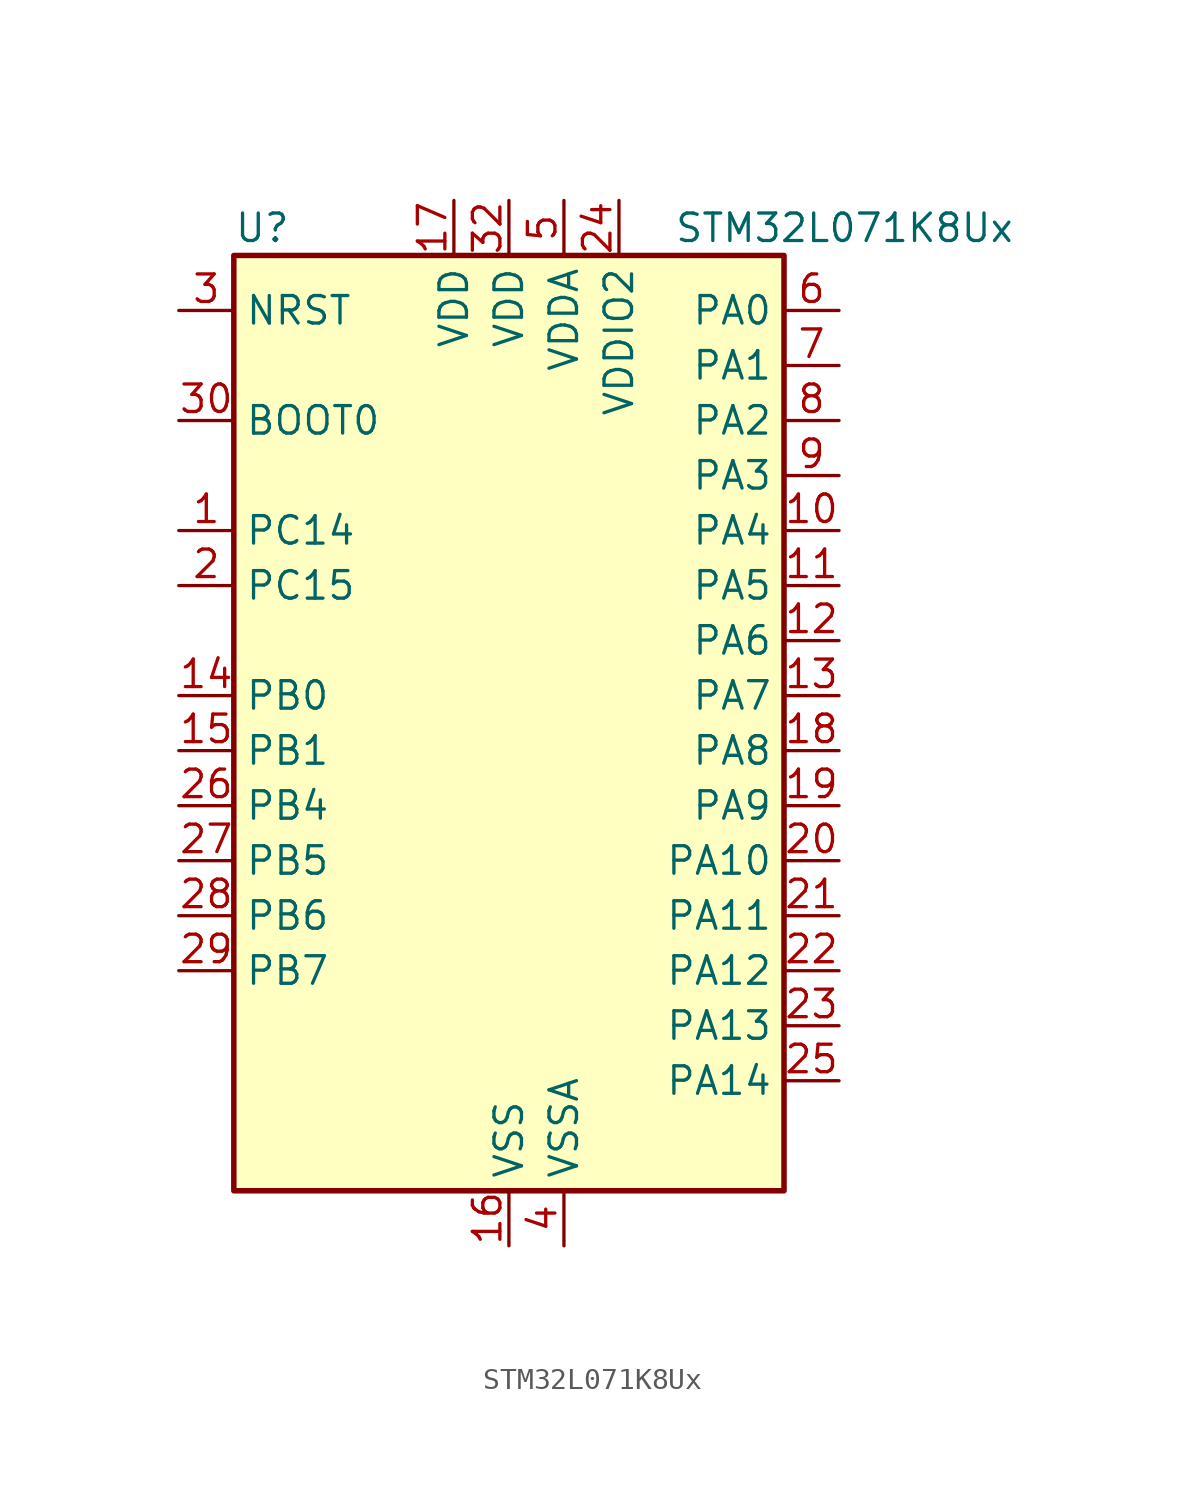
<source format=kicad_sym>
(kicad_symbol_lib
  (version 20231120)
  (generator "kicad_symbol_editor")
  (generator_version "8.0")
  (symbol "STM32L071K8Ux"
    (property "Reference" "U"
      (at -12.7 24.13 0)
      (effects (font (size 1.27 1.27)) (justify left)))
    (property "Value" "STM32L071K8Ux"
      (at 7.62 24.13 0)
      (effects (font (size 1.27 1.27)) (justify left)))
    (property "ki_locked" ""
      (at 0 0 0)
      (effects (font (size 1.27 1.27))))
    (symbol "STM32L071K8Ux_0_1"
      (rectangle (start -12.7 -20.32) (end 12.7 22.86) (stroke (width 0.254) (type default)) (fill (type background))))
    (symbol "STM32L071K8Ux_1_1"
      (pin bidirectional line (at -15.24 10.16 0) (length 2.54) (name "PC14" (effects (font (size 1.27 1.27)))) (number "1" (effects (font (size 1.27 1.27)))) (alternate "RCC_OSC32_IN" bidirectional line))
      (pin bidirectional line (at 15.24 10.16 180) (length 2.54) (name "PA4" (effects (font (size 1.27 1.27)))) (number "10" (effects (font (size 1.27 1.27)))) (alternate "ADC_IN4" bidirectional line) (alternate "COMP1_INM" bidirectional line) (alternate "COMP2_INM" bidirectional line) (alternate "SPI1_NSS" bidirectional line) (alternate "TIM22_ETR" bidirectional line) (alternate "USART2_CK" bidirectional line))
      (pin bidirectional line (at 15.24 7.62 180) (length 2.54) (name "PA5" (effects (font (size 1.27 1.27)))) (number "11" (effects (font (size 1.27 1.27)))) (alternate "ADC_IN5" bidirectional line) (alternate "COMP1_INM" bidirectional line) (alternate "COMP2_INM" bidirectional line) (alternate "SPI1_SCK" bidirectional line) (alternate "TIM2_CH1" bidirectional line) (alternate "TIM2_ETR" bidirectional line))
      (pin bidirectional line (at 15.24 5.08 180) (length 2.54) (name "PA6" (effects (font (size 1.27 1.27)))) (number "12" (effects (font (size 1.27 1.27)))) (alternate "ADC_IN6" bidirectional line) (alternate "COMP1_OUT" bidirectional line) (alternate "LPUART1_CTS" bidirectional line) (alternate "SPI1_MISO" bidirectional line) (alternate "TIM22_CH1" bidirectional line) (alternate "TIM3_CH1" bidirectional line))
      (pin bidirectional line (at 15.24 2.54 180) (length 2.54) (name "PA7" (effects (font (size 1.27 1.27)))) (number "13" (effects (font (size 1.27 1.27)))) (alternate "ADC_IN7" bidirectional line) (alternate "COMP2_OUT" bidirectional line) (alternate "SPI1_MOSI" bidirectional line) (alternate "TIM22_CH2" bidirectional line) (alternate "TIM3_CH2" bidirectional line))
      (pin bidirectional line (at -15.24 2.54 0) (length 2.54) (name "PB0" (effects (font (size 1.27 1.27)))) (number "14" (effects (font (size 1.27 1.27)))) (alternate "ADC_IN8" bidirectional line) (alternate "SYS_VREF_OUT_PB0" bidirectional line) (alternate "TIM3_CH3" bidirectional line))
      (pin bidirectional line (at -15.24 0 0) (length 2.54) (name "PB1" (effects (font (size 1.27 1.27)))) (number "15" (effects (font (size 1.27 1.27)))) (alternate "ADC_IN9" bidirectional line) (alternate "LPUART1_DE" bidirectional line) (alternate "LPUART1_RTS" bidirectional line) (alternate "SYS_VREF_OUT_PB1" bidirectional line) (alternate "TIM3_CH4" bidirectional line))
      (pin power_in line (at 0 -22.86 90) (length 2.54) (name "VSS" (effects (font (size 1.27 1.27)))) (number "16" (effects (font (size 1.27 1.27)))))
      (pin power_in line (at -2.54 25.4 270) (length 2.54) (name "VDD" (effects (font (size 1.27 1.27)))) (number "17" (effects (font (size 1.27 1.27)))))
      (pin bidirectional line (at 15.24 0 180) (length 2.54) (name "PA8" (effects (font (size 1.27 1.27)))) (number "18" (effects (font (size 1.27 1.27)))) (alternate "I2C3_SCL" bidirectional line) (alternate "RCC_MCO" bidirectional line) (alternate "USART1_CK" bidirectional line))
      (pin bidirectional line (at 15.24 -2.54 180) (length 2.54) (name "PA9" (effects (font (size 1.27 1.27)))) (number "19" (effects (font (size 1.27 1.27)))) (alternate "I2C1_SCL" bidirectional line) (alternate "I2C3_SMBA" bidirectional line) (alternate "RCC_MCO" bidirectional line) (alternate "USART1_TX" bidirectional line))
      (pin bidirectional line (at -15.24 7.62 0) (length 2.54) (name "PC15" (effects (font (size 1.27 1.27)))) (number "2" (effects (font (size 1.27 1.27)))) (alternate "RCC_OSC32_OUT" bidirectional line))
      (pin bidirectional line (at 15.24 -5.08 180) (length 2.54) (name "PA10" (effects (font (size 1.27 1.27)))) (number "20" (effects (font (size 1.27 1.27)))) (alternate "I2C1_SDA" bidirectional line) (alternate "USART1_RX" bidirectional line))
      (pin bidirectional line (at 15.24 -7.62 180) (length 2.54) (name "PA11" (effects (font (size 1.27 1.27)))) (number "21" (effects (font (size 1.27 1.27)))) (alternate "ADC_EXTI11" bidirectional line) (alternate "COMP1_OUT" bidirectional line) (alternate "SPI1_MISO" bidirectional line) (alternate "USART1_CTS" bidirectional line))
      (pin bidirectional line (at 15.24 -10.16 180) (length 2.54) (name "PA12" (effects (font (size 1.27 1.27)))) (number "22" (effects (font (size 1.27 1.27)))) (alternate "COMP2_OUT" bidirectional line) (alternate "SPI1_MOSI" bidirectional line) (alternate "USART1_DE" bidirectional line) (alternate "USART1_RTS" bidirectional line))
      (pin bidirectional line (at 15.24 -12.7 180) (length 2.54) (name "PA13" (effects (font (size 1.27 1.27)))) (number "23" (effects (font (size 1.27 1.27)))) (alternate "LPUART1_RX" bidirectional line) (alternate "SYS_SWDIO" bidirectional line))
      (pin power_in line (at 5.08 25.4 270) (length 2.54) (name "VDDIO2" (effects (font (size 1.27 1.27)))) (number "24" (effects (font (size 1.27 1.27)))))
      (pin bidirectional line (at 15.24 -15.24 180) (length 2.54) (name "PA14" (effects (font (size 1.27 1.27)))) (number "25" (effects (font (size 1.27 1.27)))) (alternate "LPUART1_TX" bidirectional line) (alternate "SYS_SWCLK" bidirectional line) (alternate "USART2_TX" bidirectional line))
      (pin bidirectional line (at -15.24 -2.54 0) (length 2.54) (name "PB4" (effects (font (size 1.27 1.27)))) (number "26" (effects (font (size 1.27 1.27)))) (alternate "COMP2_INP" bidirectional line) (alternate "I2C3_SDA" bidirectional line) (alternate "SPI1_MISO" bidirectional line) (alternate "TIM22_CH1" bidirectional line) (alternate "TIM3_CH1" bidirectional line) (alternate "USART1_CTS" bidirectional line))
      (pin bidirectional line (at -15.24 -5.08 0) (length 2.54) (name "PB5" (effects (font (size 1.27 1.27)))) (number "27" (effects (font (size 1.27 1.27)))) (alternate "COMP2_INP" bidirectional line) (alternate "I2C1_SMBA" bidirectional line) (alternate "LPTIM1_IN1" bidirectional line) (alternate "SPI1_MOSI" bidirectional line) (alternate "TIM22_CH2" bidirectional line) (alternate "TIM3_CH2" bidirectional line) (alternate "USART1_CK" bidirectional line))
      (pin bidirectional line (at -15.24 -7.62 0) (length 2.54) (name "PB6" (effects (font (size 1.27 1.27)))) (number "28" (effects (font (size 1.27 1.27)))) (alternate "COMP2_INP" bidirectional line) (alternate "I2C1_SCL" bidirectional line) (alternate "LPTIM1_ETR" bidirectional line) (alternate "USART1_TX" bidirectional line))
      (pin bidirectional line (at -15.24 -10.16 0) (length 2.54) (name "PB7" (effects (font (size 1.27 1.27)))) (number "29" (effects (font (size 1.27 1.27)))) (alternate "COMP2_INP" bidirectional line) (alternate "I2C1_SDA" bidirectional line) (alternate "LPTIM1_IN2" bidirectional line) (alternate "SYS_PVD_IN" bidirectional line) (alternate "USART1_RX" bidirectional line) (alternate "USART4_CTS" bidirectional line))
      (pin input line (at -15.24 20.32 0) (length 2.54) (name "NRST" (effects (font (size 1.27 1.27)))) (number "3" (effects (font (size 1.27 1.27)))))
      (pin input line (at -15.24 15.24 0) (length 2.54) (name "BOOT0" (effects (font (size 1.27 1.27)))) (number "30" (effects (font (size 1.27 1.27)))))
      (pin passive line (at 0 -22.86 90) (length 2.54) hide (name "VSS" (effects (font (size 1.27 1.27)))) (number "31" (effects (font (size 1.27 1.27)))))
      (pin power_in line (at 0 25.4 270) (length 2.54) (name "VDD" (effects (font (size 1.27 1.27)))) (number "32" (effects (font (size 1.27 1.27)))))
      (pin passive line (at 0 -22.86 90) (length 2.54) hide (name "VSS" (effects (font (size 1.27 1.27)))) (number "33" (effects (font (size 1.27 1.27)))))
      (pin power_in line (at 2.54 -22.86 90) (length 2.54) (name "VSSA" (effects (font (size 1.27 1.27)))) (number "4" (effects (font (size 1.27 1.27)))))
      (pin power_in line (at 2.54 25.4 270) (length 2.54) (name "VDDA" (effects (font (size 1.27 1.27)))) (number "5" (effects (font (size 1.27 1.27)))))
      (pin bidirectional line (at 15.24 20.32 180) (length 2.54) (name "PA0" (effects (font (size 1.27 1.27)))) (number "6" (effects (font (size 1.27 1.27)))) (alternate "ADC_IN0" bidirectional line) (alternate "COMP1_INM" bidirectional line) (alternate "COMP1_OUT" bidirectional line) (alternate "RTC_TAMP2" bidirectional line) (alternate "SYS_WKUP1" bidirectional line) (alternate "TIM2_CH1" bidirectional line) (alternate "TIM2_ETR" bidirectional line) (alternate "USART2_CTS" bidirectional line) (alternate "USART4_TX" bidirectional line))
      (pin bidirectional line (at 15.24 17.78 180) (length 2.54) (name "PA1" (effects (font (size 1.27 1.27)))) (number "7" (effects (font (size 1.27 1.27)))) (alternate "ADC_IN1" bidirectional line) (alternate "COMP1_INP" bidirectional line) (alternate "TIM21_ETR" bidirectional line) (alternate "TIM2_CH2" bidirectional line) (alternate "USART2_DE" bidirectional line) (alternate "USART2_RTS" bidirectional line) (alternate "USART4_RX" bidirectional line))
      (pin bidirectional line (at 15.24 15.24 180) (length 2.54) (name "PA2" (effects (font (size 1.27 1.27)))) (number "8" (effects (font (size 1.27 1.27)))) (alternate "ADC_IN2" bidirectional line) (alternate "COMP2_INM" bidirectional line) (alternate "COMP2_OUT" bidirectional line) (alternate "LPUART1_TX" bidirectional line) (alternate "TIM21_CH1" bidirectional line) (alternate "TIM2_CH3" bidirectional line) (alternate "USART2_TX" bidirectional line))
      (pin bidirectional line (at 15.24 12.7 180) (length 2.54) (name "PA3" (effects (font (size 1.27 1.27)))) (number "9" (effects (font (size 1.27 1.27)))) (alternate "ADC_IN3" bidirectional line) (alternate "COMP2_INP" bidirectional line) (alternate "LPUART1_RX" bidirectional line) (alternate "TIM21_CH2" bidirectional line) (alternate "TIM2_CH4" bidirectional line) (alternate "USART2_RX" bidirectional line)))))
</source>
